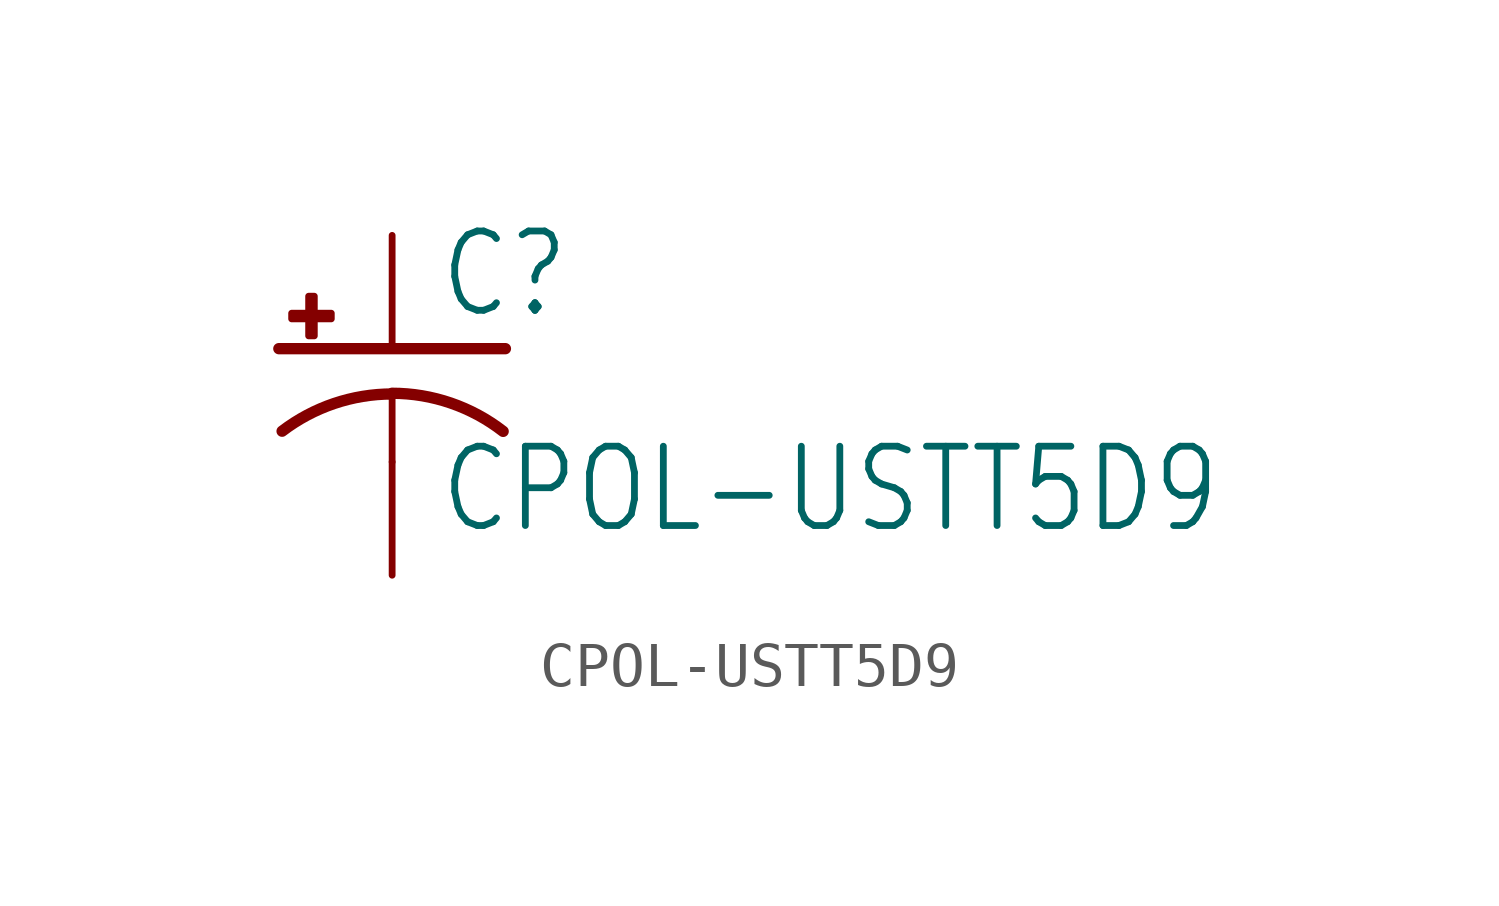
<source format=kicad_sym>
(kicad_symbol_lib
  (version 20220914)
  (generator kicad_symbol_editor)
  (symbol "CPOL-USTT5D9"
    (property "Reference" "C"
      (at 1.016 0.635 0)
      (effects (font (size 1.778 1.511)) (justify left bottom)))
    (property "Value" "CPOL-USTT5D9"
      (at 1.016 -4.191 0)
      (effects (font (size 1.778 1.511)) (justify left bottom)))
    (property "ki_locked" ""
      (at 0 0 0)
      (effects (font (size 1.27 1.27))))
    (symbol "CPOL-USTT5D9_1_0"
      (rectangle (start -2.253 0.668) (end -1.364 0.795) (stroke (width 0) (type default)) (fill (type outline)))
      (rectangle (start -1.872 0.287) (end -1.745 1.176) (stroke (width 0) (type default)) (fill (type outline)))
      (arc (start 0 -1.0161) (mid -1.3021 -1.2302) (end -2.4669 -1.8504) (stroke (width 0.254) (type default)) (fill (type none)))
      (polyline (pts (xy -2.54 0) (xy 2.54 0)) (stroke (width 0.254) (type default)) (fill (type none)))
      (polyline (pts (xy 0 -1.016) (xy 0 -2.54)) (stroke (width 0.152) (type default)) (fill (type none)))
      (arc (start 2.4892 -1.8542) (mid 1.3158 -1.2195) (end 0 -1) (stroke (width 0.254) (type default)) (fill (type none)))
      (pin passive line (at 0 2.54 270) (length 2.54) (name "+" (effects (font (size 0 0)))) (number "+" (effects (font (size 0 0)))))
      (pin passive line (at 0 -5.08 90) (length 2.54) (name "-" (effects (font (size 0 0)))) (number "-" (effects (font (size 0 0))))))))
</source>
